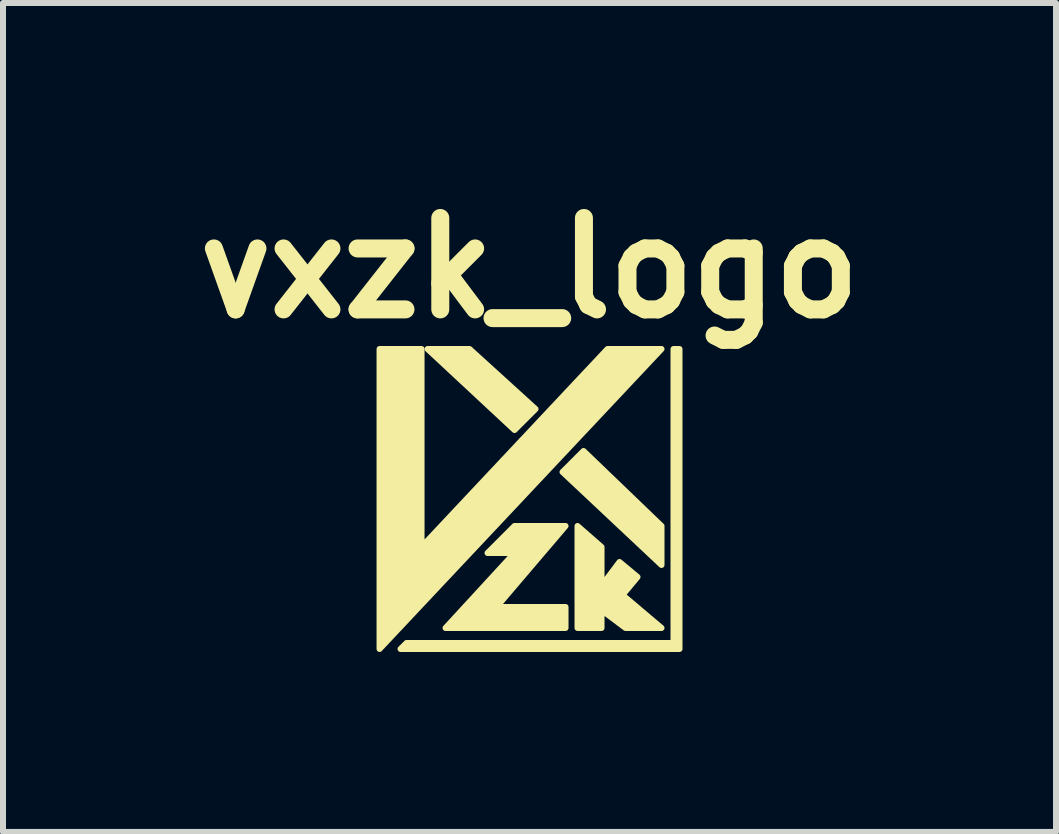
<source format=kicad_pcb>
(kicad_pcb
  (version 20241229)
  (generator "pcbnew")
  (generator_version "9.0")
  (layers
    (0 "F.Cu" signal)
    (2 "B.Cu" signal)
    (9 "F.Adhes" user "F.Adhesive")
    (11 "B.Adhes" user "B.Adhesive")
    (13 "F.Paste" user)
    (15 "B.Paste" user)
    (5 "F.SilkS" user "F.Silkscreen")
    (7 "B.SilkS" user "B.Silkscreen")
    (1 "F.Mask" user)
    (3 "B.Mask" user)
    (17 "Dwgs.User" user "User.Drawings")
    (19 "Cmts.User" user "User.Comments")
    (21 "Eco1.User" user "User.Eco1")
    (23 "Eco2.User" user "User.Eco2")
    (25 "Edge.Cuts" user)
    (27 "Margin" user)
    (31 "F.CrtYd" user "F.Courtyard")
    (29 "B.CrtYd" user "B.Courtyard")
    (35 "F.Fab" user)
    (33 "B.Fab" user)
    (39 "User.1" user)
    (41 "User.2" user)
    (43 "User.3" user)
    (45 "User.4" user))
  (footprint "vxzk_logo"
    (layer "F.Cu")
    (at 5.777 5.268)
    (property "Reference" "vxzk_logo" (at 0 -3.85 0) (layer "F.SilkS") (effects (font (size 1.524 1.524) (thickness 0.3))))
    (attr through_hole)
    (fp_poly (pts (xy 0.1 -1.5) (xy -0.25 -1.15) (xy -1.7 -2.5) (xy -1 -2.5)) (stroke (width 0.1) (type solid)) (fill yes) (layer "F.SilkS"))
    (fp_poly (pts (xy 2.2 0.45) (xy 2.2 1.1) (xy 0.55 -0.45) (xy 0.9 -0.8)) (stroke (width 0.1) (type solid)) (fill yes) (layer "F.SilkS"))
    (fp_poly (pts (xy -1.8 0.8) (xy 1.3 -2.5) (xy 2.2 -2.5) (xy -2.5 2.5) (xy -2.5 -2.5) (xy -1.8 -2.5)) (stroke (width 0.1) (type solid)) (fill yes) (layer "F.SilkS"))
    (fp_poly (pts (xy 2.5 2.5) (xy -2.15 2.5) (xy -2.05 2.4) (xy 2.4 2.4) (xy 2.4 -2.5) (xy 2.5 -2.5)) (stroke (width 0.1) (type solid)) (fill yes) (layer "F.SilkS"))
    (fp_poly (pts (xy -0.55 1.8) (xy 0.6 1.8) (xy 0.6 2.15) (xy -1.4 2.15) (xy -0.25 0.9) (xy -0.7 0.9) (xy -0.25 0.45) (xy 0.6 0.45)) (stroke (width 0.1) (type solid)) (fill yes) (layer "F.SilkS"))
    (fp_poly (pts (xy 1.2 0.8) (xy 1.2 1.45) (xy 1.5 1.05) (xy 1.8 1.3) (xy 1.55 1.6) (xy 2.2 2.15) (xy 1.6 2.15) (xy 1.2 1.85) (xy 1.2 2.15) (xy 0.8 2.15) (xy 0.8 0.45)) (stroke (width 0.1) (type solid)) (fill yes) (layer "F.SilkS")))
  (gr_rect
    (start -3 -3)
    (end 14.553 10.818)
    (stroke (width 0.1) (type default))
    (fill no)
    (layer "Edge.Cuts")))
</source>
